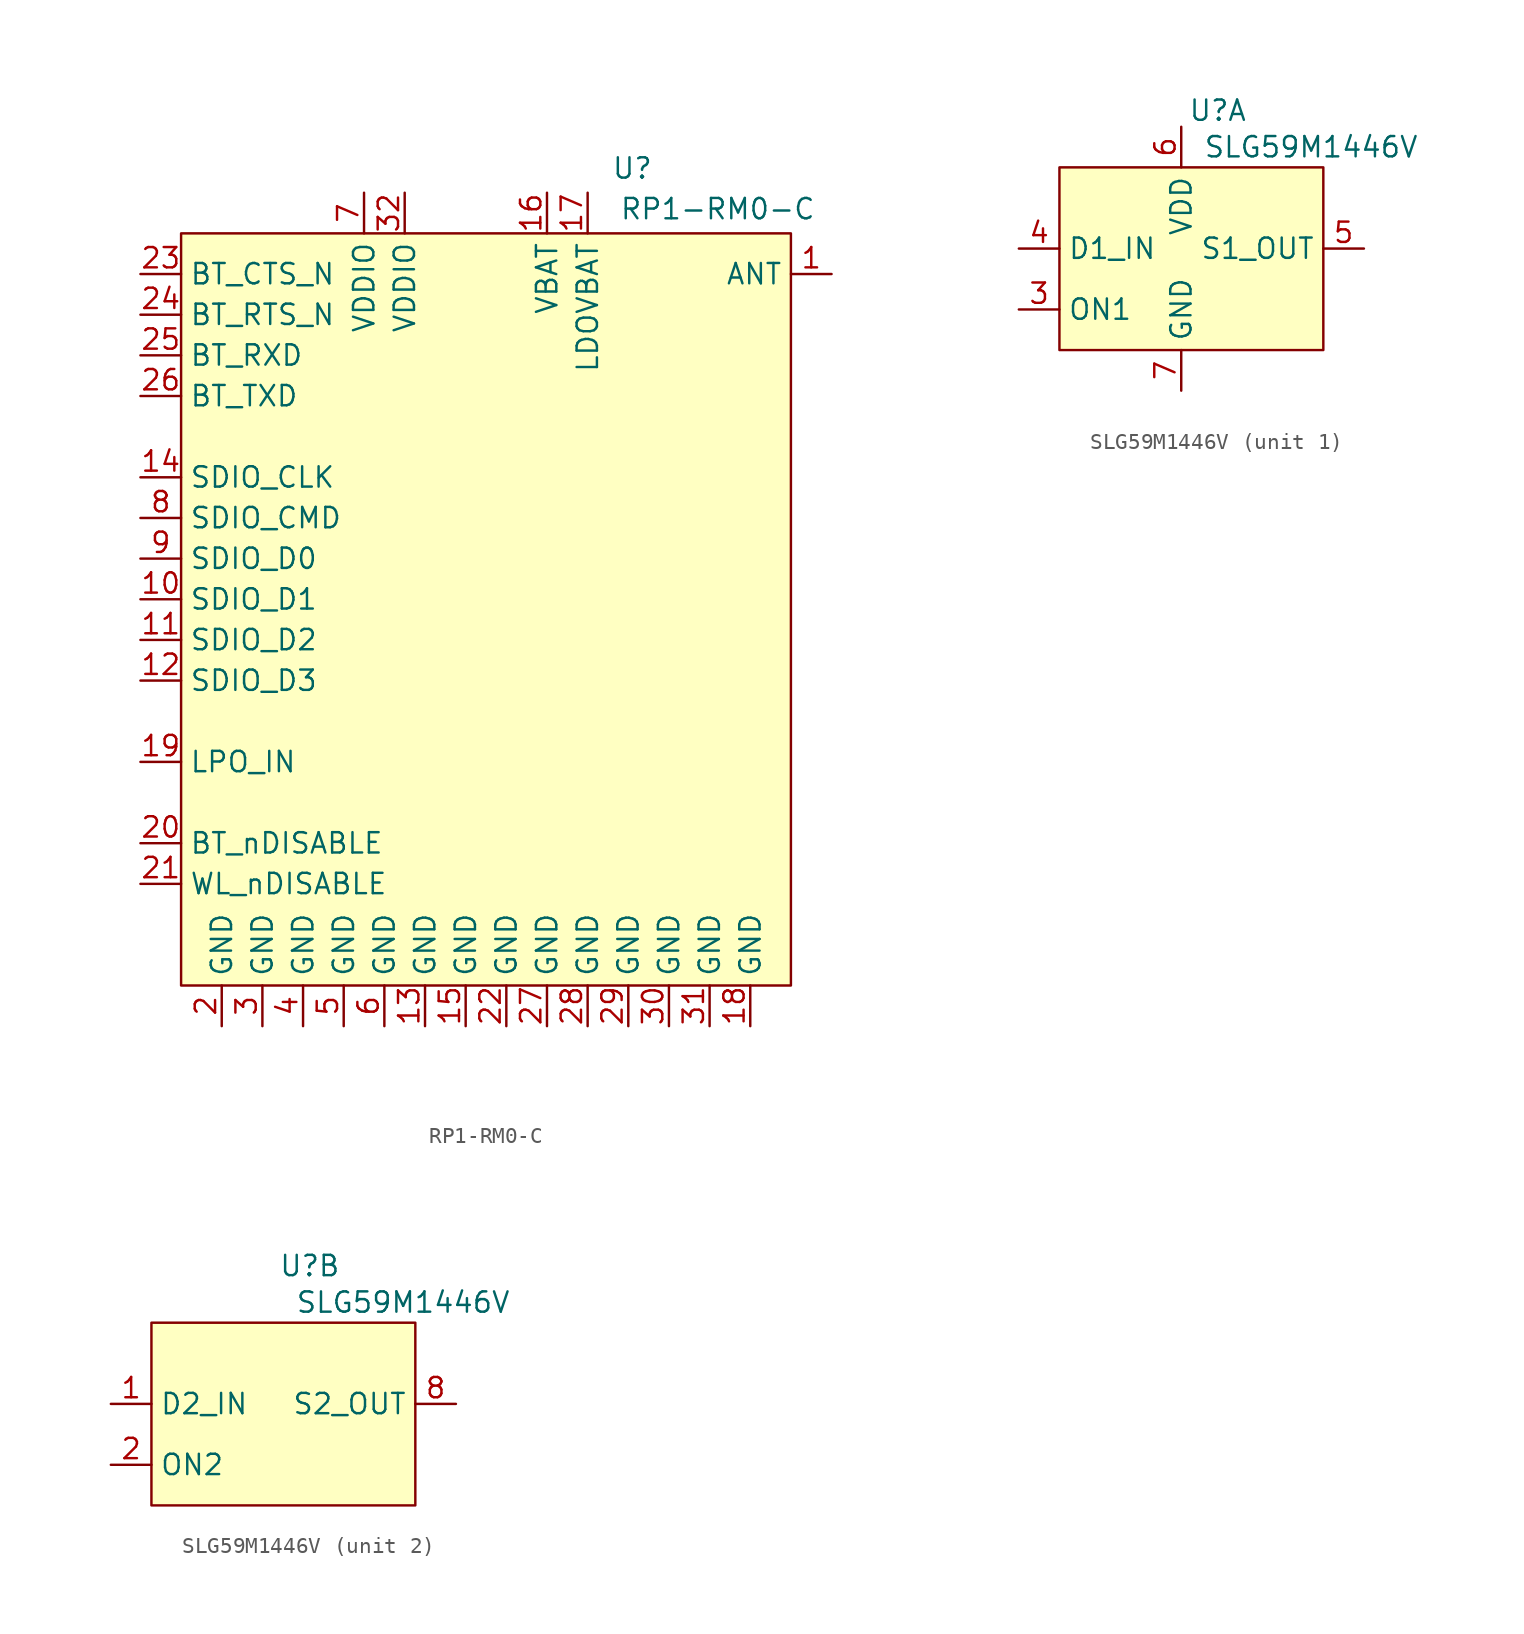
<source format=kicad_sym>
(kicad_symbol_lib
  (version 20241209)
  (generator "kicad_symbol_editor")
  (generator_version "9.0")
  (symbol "RP1-RM0-C"
    (property "Reference" "U"
      (at 28.194 4.064 0)
      (effects (font (size 1.27 1.27))))
    (property "Value" "RP1-RM0-C"
      (at 33.528 1.524 0)
      (effects (font (size 1.27 1.27))))
    (symbol "RP1-RM0-C_1_1"
      (rectangle (start 0 0) (end 38.1 -46.99) (stroke (width 0) (type solid)) (fill (type background)))
      (pin input line (at -2.54 -2.54 0) (length 2.54) (name "BT_CTS_N" (effects (font (size 1.27 1.27)))) (number "23" (effects (font (size 1.27 1.27)))))
      (pin output line (at -2.54 -5.08 0) (length 2.54) (name "BT_RTS_N" (effects (font (size 1.27 1.27)))) (number "24" (effects (font (size 1.27 1.27)))))
      (pin input line (at -2.54 -7.62 0) (length 2.54) (name "BT_RXD" (effects (font (size 1.27 1.27)))) (number "25" (effects (font (size 1.27 1.27)))))
      (pin output line (at -2.54 -10.16 0) (length 2.54) (name "BT_TXD" (effects (font (size 1.27 1.27)))) (number "26" (effects (font (size 1.27 1.27)))))
      (pin input line (at -2.54 -15.24 0) (length 2.54) (name "SDIO_CLK" (effects (font (size 1.27 1.27)))) (number "14" (effects (font (size 1.27 1.27)))))
      (pin bidirectional line (at -2.54 -17.78 0) (length 2.54) (name "SDIO_CMD" (effects (font (size 1.27 1.27)))) (number "8" (effects (font (size 1.27 1.27)))))
      (pin bidirectional line (at -2.54 -20.32 0) (length 2.54) (name "SDIO_D0" (effects (font (size 1.27 1.27)))) (number "9" (effects (font (size 1.27 1.27)))))
      (pin bidirectional line (at -2.54 -22.86 0) (length 2.54) (name "SDIO_D1" (effects (font (size 1.27 1.27)))) (number "10" (effects (font (size 1.27 1.27)))))
      (pin bidirectional line (at -2.54 -25.4 0) (length 2.54) (name "SDIO_D2" (effects (font (size 1.27 1.27)))) (number "11" (effects (font (size 1.27 1.27)))))
      (pin bidirectional line (at -2.54 -27.94 0) (length 2.54) (name "SDIO_D3" (effects (font (size 1.27 1.27)))) (number "12" (effects (font (size 1.27 1.27)))))
      (pin input line (at -2.54 -33.02 0) (length 2.54) (name "LPO_IN" (effects (font (size 1.27 1.27)))) (number "19" (effects (font (size 1.27 1.27)))))
      (pin input line (at -2.54 -38.1 0) (length 2.54) (name "BT_nDISABLE" (effects (font (size 1.27 1.27)))) (number "20" (effects (font (size 1.27 1.27)))))
      (pin input line (at -2.54 -40.64 0) (length 2.54) (name "WL_nDISABLE" (effects (font (size 1.27 1.27)))) (number "21" (effects (font (size 1.27 1.27)))))
      (pin power_in line (at 2.54 -49.53 90) (length 2.54) (name "GND" (effects (font (size 1.27 1.27)))) (number "2" (effects (font (size 1.27 1.27)))))
      (pin power_in line (at 5.08 -49.53 90) (length 2.54) (name "GND" (effects (font (size 1.27 1.27)))) (number "3" (effects (font (size 1.27 1.27)))))
      (pin power_in line (at 7.62 -49.53 90) (length 2.54) (name "GND" (effects (font (size 1.27 1.27)))) (number "4" (effects (font (size 1.27 1.27)))))
      (pin power_in line (at 10.16 -49.53 90) (length 2.54) (name "GND" (effects (font (size 1.27 1.27)))) (number "5" (effects (font (size 1.27 1.27)))))
      (pin power_in line (at 11.43 2.54 270) (length 2.54) (name "VDDIO" (effects (font (size 1.27 1.27)))) (number "7" (effects (font (size 1.27 1.27)))))
      (pin power_in line (at 12.7 -49.53 90) (length 2.54) (name "GND" (effects (font (size 1.27 1.27)))) (number "6" (effects (font (size 1.27 1.27)))))
      (pin power_in line (at 13.97 2.54 270) (length 2.54) (name "VDDIO" (effects (font (size 1.27 1.27)))) (number "32" (effects (font (size 1.27 1.27)))))
      (pin power_in line (at 15.24 -49.53 90) (length 2.54) (name "GND" (effects (font (size 1.27 1.27)))) (number "13" (effects (font (size 1.27 1.27)))))
      (pin power_in line (at 17.78 -49.53 90) (length 2.54) (name "GND" (effects (font (size 1.27 1.27)))) (number "15" (effects (font (size 1.27 1.27)))))
      (pin power_in line (at 20.32 -49.53 90) (length 2.54) (name "GND" (effects (font (size 1.27 1.27)))) (number "22" (effects (font (size 1.27 1.27)))))
      (pin power_in line (at 22.86 2.54 270) (length 2.54) (name "VBAT" (effects (font (size 1.27 1.27)))) (number "16" (effects (font (size 1.27 1.27)))))
      (pin power_in line (at 22.86 -49.53 90) (length 2.54) (name "GND" (effects (font (size 1.27 1.27)))) (number "27" (effects (font (size 1.27 1.27)))))
      (pin power_in line (at 25.4 2.54 270) (length 2.54) (name "LDOVBAT" (effects (font (size 1.27 1.27)))) (number "17" (effects (font (size 1.27 1.27)))))
      (pin power_in line (at 25.4 -49.53 90) (length 2.54) (name "GND" (effects (font (size 1.27 1.27)))) (number "28" (effects (font (size 1.27 1.27)))))
      (pin power_in line (at 27.94 -49.53 90) (length 2.54) (name "GND" (effects (font (size 1.27 1.27)))) (number "29" (effects (font (size 1.27 1.27)))))
      (pin power_in line (at 30.48 -49.53 90) (length 2.54) (name "GND" (effects (font (size 1.27 1.27)))) (number "30" (effects (font (size 1.27 1.27)))))
      (pin power_in line (at 33.02 -49.53 90) (length 2.54) (name "GND" (effects (font (size 1.27 1.27)))) (number "31" (effects (font (size 1.27 1.27)))))
      (pin power_in line (at 35.56 -49.53 90) (length 2.54) (name "GND" (effects (font (size 1.27 1.27)))) (number "18" (effects (font (size 1.27 1.27)))))
      (pin passive line (at 40.64 -2.54 180) (length 2.54) (name "ANT" (effects (font (size 1.27 1.27)))) (number "1" (effects (font (size 1.27 1.27)))))))
  (symbol "SLG59M1446V"
    (property "Reference" "U"
      (at 9.906 3.556 0)
      (effects (font (size 1.27 1.27))))
    (property "Value" "SLG59M1446V"
      (at 15.748 1.27 0)
      (effects (font (size 1.27 1.27))))
    (property "ki_locked" ""
      (at 0 0 0)
      (effects (font (size 1.27 1.27))))
    (symbol "SLG59M1446V_1_1"
      (rectangle (start 0 0) (end 16.51 -11.43) (stroke (width 0) (type solid)) (fill (type background)))
      (pin power_in line (at -2.54 -5.08 0) (length 2.54) (name "D1_IN" (effects (font (size 1.27 1.27)))) (number "4" (effects (font (size 1.27 1.27)))))
      (pin input line (at -2.54 -8.89 0) (length 2.54) (name "ON1" (effects (font (size 1.27 1.27)))) (number "3" (effects (font (size 1.27 1.27)))))
      (pin power_in line (at 7.62 2.54 270) (length 2.54) (name "VDD" (effects (font (size 1.27 1.27)))) (number "6" (effects (font (size 1.27 1.27)))))
      (pin power_in line (at 7.62 -13.97 90) (length 2.54) (name "GND" (effects (font (size 1.27 1.27)))) (number "7" (effects (font (size 1.27 1.27)))))
      (pin power_out line (at 19.05 -5.08 180) (length 2.54) (name "S1_OUT" (effects (font (size 1.27 1.27)))) (number "5" (effects (font (size 1.27 1.27))))))
    (symbol "SLG59M1446V_2_1"
      (rectangle (start 0 0) (end 16.51 -11.43) (stroke (width 0) (type solid)) (fill (type background)))
      (pin power_in line (at -2.54 -5.08 0) (length 2.54) (name "D2_IN" (effects (font (size 1.27 1.27)))) (number "1" (effects (font (size 1.27 1.27)))))
      (pin input line (at -2.54 -8.89 0) (length 2.54) (name "ON2" (effects (font (size 1.27 1.27)))) (number "2" (effects (font (size 1.27 1.27)))))
      (pin power_out line (at 19.05 -5.08 180) (length 2.54) (name "S2_OUT" (effects (font (size 1.27 1.27)))) (number "8" (effects (font (size 1.27 1.27))))))))
</source>
